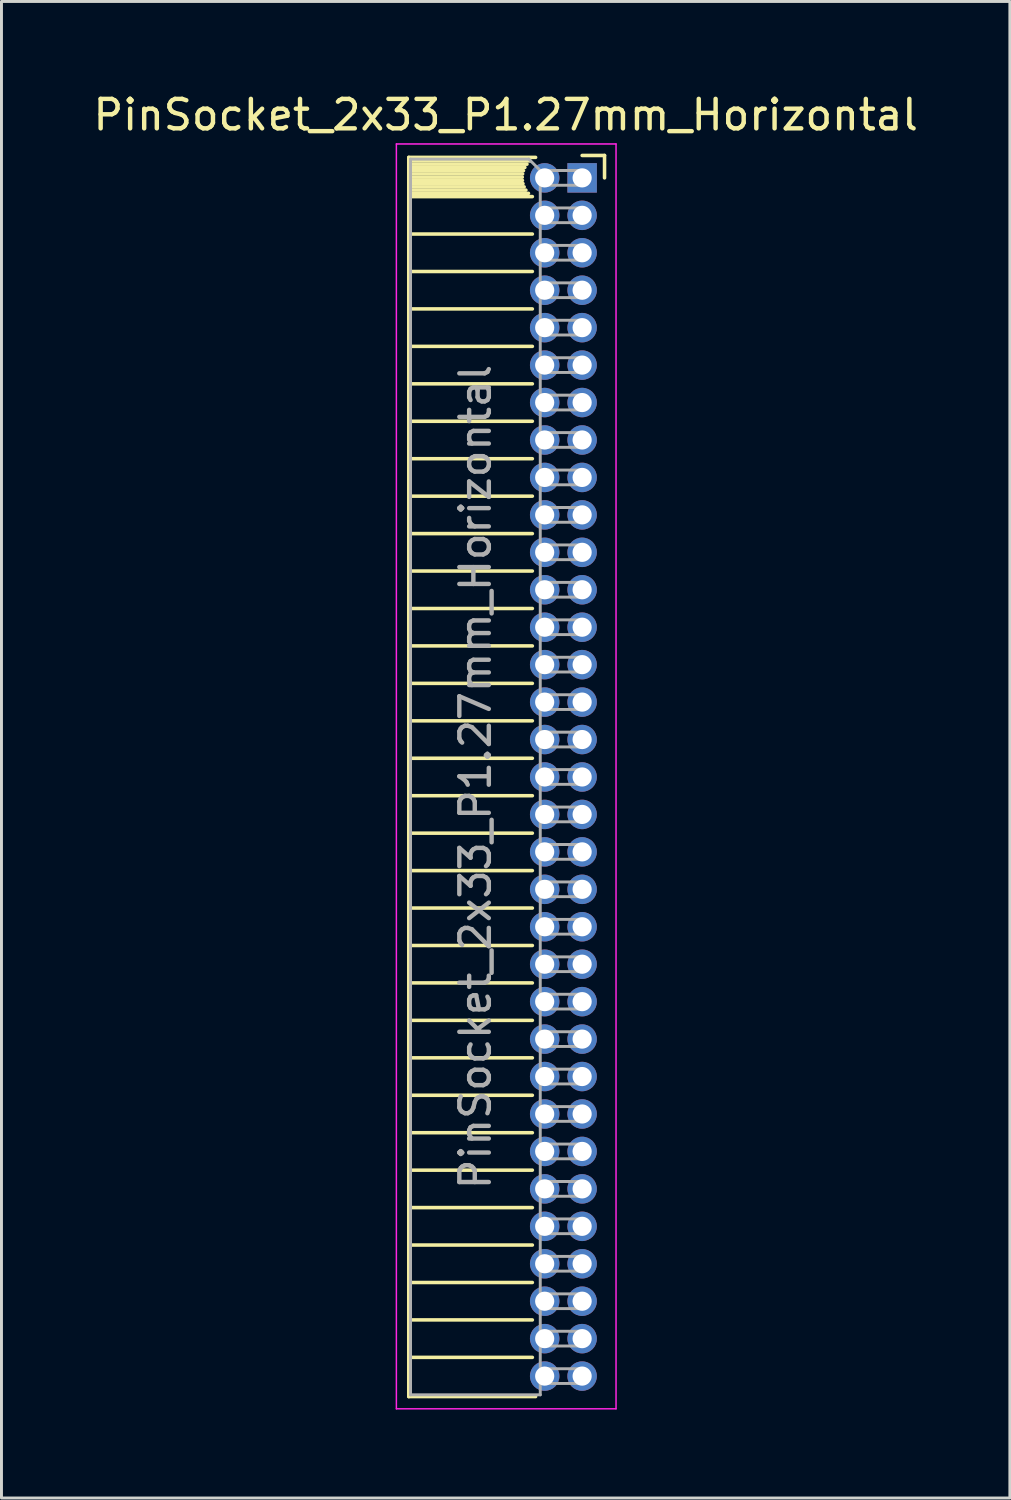
<source format=kicad_pcb>
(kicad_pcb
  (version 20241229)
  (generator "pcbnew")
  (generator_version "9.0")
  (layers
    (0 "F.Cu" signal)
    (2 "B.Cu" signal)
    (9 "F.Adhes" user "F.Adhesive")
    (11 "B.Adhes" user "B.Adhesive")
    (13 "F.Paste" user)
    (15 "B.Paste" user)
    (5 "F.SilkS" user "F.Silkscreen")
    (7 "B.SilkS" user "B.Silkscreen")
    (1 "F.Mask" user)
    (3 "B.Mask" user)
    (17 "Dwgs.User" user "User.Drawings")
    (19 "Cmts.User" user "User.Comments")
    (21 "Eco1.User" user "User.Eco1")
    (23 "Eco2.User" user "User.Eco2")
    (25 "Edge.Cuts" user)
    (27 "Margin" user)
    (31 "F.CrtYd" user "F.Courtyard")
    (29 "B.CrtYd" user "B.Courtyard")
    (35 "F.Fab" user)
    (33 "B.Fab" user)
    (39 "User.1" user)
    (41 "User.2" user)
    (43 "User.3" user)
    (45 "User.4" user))
  (footprint "PinSocket_2x33_P1.27mm_Horizontal"
    (layer "F.Cu")
    (at 16.694 2.983)
    (property "Reference" "PinSocket_2x33_P1.27mm_Horizontal" (at -2.592 -2.135 0) (layer "F.SilkS") (effects (font (size 1 1) (thickness 0.15))))
    (attr through_hole)
    (fp_line (start -5.88 -0.695) (end -5.88 41.335) (stroke (width 0.12) (type solid)) (layer "F.SilkS"))
    (fp_line (start -5.88 -0.695) (end -1.578 -0.695) (stroke (width 0.12) (type solid)) (layer "F.SilkS"))
    (fp_line (start -5.88 -0.575) (end -1.767 -0.575) (stroke (width 0.12) (type solid)) (layer "F.SilkS"))
    (fp_line (start -5.88 -0.465) (end -1.871 -0.465) (stroke (width 0.12) (type solid)) (layer "F.SilkS"))
    (fp_line (start -5.88 -0.355) (end -1.942 -0.355) (stroke (width 0.12) (type solid)) (layer "F.SilkS"))
    (fp_line (start -5.88 -0.245) (end -1.989 -0.245) (stroke (width 0.12) (type solid)) (layer "F.SilkS"))
    (fp_line (start -5.88 -0.135) (end -2.018 -0.135) (stroke (width 0.12) (type solid)) (layer "F.SilkS"))
    (fp_line (start -5.88 -0.025) (end -2.03 -0.025) (stroke (width 0.12) (type solid)) (layer "F.SilkS"))
    (fp_line (start -5.88 0.085) (end -2.025 0.085) (stroke (width 0.12) (type solid)) (layer "F.SilkS"))
    (fp_line (start -5.88 0.195) (end -2.005 0.195) (stroke (width 0.12) (type solid)) (layer "F.SilkS"))
    (fp_line (start -5.88 0.305) (end -1.966 0.305) (stroke (width 0.12) (type solid)) (layer "F.SilkS"))
    (fp_line (start -5.88 0.415) (end -1.907 0.415) (stroke (width 0.12) (type solid)) (layer "F.SilkS"))
    (fp_line (start -5.88 0.525) (end -1.82 0.525) (stroke (width 0.12) (type solid)) (layer "F.SilkS"))
    (fp_line (start -5.88 0.635) (end -1.688 0.635) (stroke (width 0.12) (type solid)) (layer "F.SilkS"))
    (fp_line (start -5.88 1.905) (end -1.688 1.905) (stroke (width 0.12) (type solid)) (layer "F.SilkS"))
    (fp_line (start -5.88 3.175) (end -1.688 3.175) (stroke (width 0.12) (type solid)) (layer "F.SilkS"))
    (fp_line (start -5.88 4.445) (end -1.688 4.445) (stroke (width 0.12) (type solid)) (layer "F.SilkS"))
    (fp_line (start -5.88 5.715) (end -1.688 5.715) (stroke (width 0.12) (type solid)) (layer "F.SilkS"))
    (fp_line (start -5.88 6.985) (end -1.688 6.985) (stroke (width 0.12) (type solid)) (layer "F.SilkS"))
    (fp_line (start -5.88 8.255) (end -1.688 8.255) (stroke (width 0.12) (type solid)) (layer "F.SilkS"))
    (fp_line (start -5.88 9.525) (end -1.688 9.525) (stroke (width 0.12) (type solid)) (layer "F.SilkS"))
    (fp_line (start -5.88 10.795) (end -1.688 10.795) (stroke (width 0.12) (type solid)) (layer "F.SilkS"))
    (fp_line (start -5.88 12.065) (end -1.688 12.065) (stroke (width 0.12) (type solid)) (layer "F.SilkS"))
    (fp_line (start -5.88 13.335) (end -1.688 13.335) (stroke (width 0.12) (type solid)) (layer "F.SilkS"))
    (fp_line (start -5.88 14.605) (end -1.688 14.605) (stroke (width 0.12) (type solid)) (layer "F.SilkS"))
    (fp_line (start -5.88 15.875) (end -1.688 15.875) (stroke (width 0.12) (type solid)) (layer "F.SilkS"))
    (fp_line (start -5.88 17.145) (end -1.688 17.145) (stroke (width 0.12) (type solid)) (layer "F.SilkS"))
    (fp_line (start -5.88 18.415) (end -1.688 18.415) (stroke (width 0.12) (type solid)) (layer "F.SilkS"))
    (fp_line (start -5.88 19.685) (end -1.688 19.685) (stroke (width 0.12) (type solid)) (layer "F.SilkS"))
    (fp_line (start -5.88 20.955) (end -1.688 20.955) (stroke (width 0.12) (type solid)) (layer "F.SilkS"))
    (fp_line (start -5.88 22.225) (end -1.688 22.225) (stroke (width 0.12) (type solid)) (layer "F.SilkS"))
    (fp_line (start -5.88 23.495) (end -1.688 23.495) (stroke (width 0.12) (type solid)) (layer "F.SilkS"))
    (fp_line (start -5.88 24.765) (end -1.688 24.765) (stroke (width 0.12) (type solid)) (layer "F.SilkS"))
    (fp_line (start -5.88 26.035) (end -1.688 26.035) (stroke (width 0.12) (type solid)) (layer "F.SilkS"))
    (fp_line (start -5.88 27.305) (end -1.688 27.305) (stroke (width 0.12) (type solid)) (layer "F.SilkS"))
    (fp_line (start -5.88 28.575) (end -1.688 28.575) (stroke (width 0.12) (type solid)) (layer "F.SilkS"))
    (fp_line (start -5.88 29.845) (end -1.688 29.845) (stroke (width 0.12) (type solid)) (layer "F.SilkS"))
    (fp_line (start -5.88 31.115) (end -1.688 31.115) (stroke (width 0.12) (type solid)) (layer "F.SilkS"))
    (fp_line (start -5.88 32.385) (end -1.688 32.385) (stroke (width 0.12) (type solid)) (layer "F.SilkS"))
    (fp_line (start -5.88 33.655) (end -1.688 33.655) (stroke (width 0.12) (type solid)) (layer "F.SilkS"))
    (fp_line (start -5.88 34.925) (end -1.688 34.925) (stroke (width 0.12) (type solid)) (layer "F.SilkS"))
    (fp_line (start -5.88 36.195) (end -1.688 36.195) (stroke (width 0.12) (type solid)) (layer "F.SilkS"))
    (fp_line (start -5.88 37.465) (end -1.688 37.465) (stroke (width 0.12) (type solid)) (layer "F.SilkS"))
    (fp_line (start -5.88 38.735) (end -1.688 38.735) (stroke (width 0.12) (type solid)) (layer "F.SilkS"))
    (fp_line (start -5.88 40.005) (end -1.688 40.005) (stroke (width 0.12) (type solid)) (layer "F.SilkS"))
    (fp_line (start -5.88 41.335) (end -1.578 41.335) (stroke (width 0.12) (type solid)) (layer "F.SilkS"))
    (fp_line (start 0 -0.76) (end 0.76 -0.76) (stroke (width 0.12) (type solid)) (layer "F.SilkS"))
    (fp_line (start 0.76 -0.76) (end 0.76 0) (stroke (width 0.12) (type solid)) (layer "F.SilkS"))
    (fp_line (start -6.3 -1.15) (end -6.3 41.75) (stroke (width 0.05) (type solid)) (layer "F.CrtYd"))
    (fp_line (start -6.3 41.75) (end 1.15 41.75) (stroke (width 0.05) (type solid)) (layer "F.CrtYd"))
    (fp_line (start 1.15 -1.15) (end -6.3 -1.15) (stroke (width 0.05) (type solid)) (layer "F.CrtYd"))
    (fp_line (start 1.15 41.75) (end 1.15 -1.15) (stroke (width 0.05) (type solid)) (layer "F.CrtYd"))
    (fp_line (start -5.82 -0.635) (end -1.805 -0.635) (stroke (width 0.1) (type solid)) (layer "F.Fab"))
    (fp_line (start -5.82 41.275) (end -5.82 -0.635) (stroke (width 0.1) (type solid)) (layer "F.Fab"))
    (fp_line (start -1.805 -0.635) (end -1.42 -0.25) (stroke (width 0.1) (type solid)) (layer "F.Fab"))
    (fp_line (start -1.42 -0.25) (end -1.42 41.275) (stroke (width 0.1) (type solid)) (layer "F.Fab"))
    (fp_line (start -1.42 0.25) (end 0 0.25) (stroke (width 0.1) (type solid)) (layer "F.Fab"))
    (fp_line (start -1.42 1.52) (end 0 1.52) (stroke (width 0.1) (type solid)) (layer "F.Fab"))
    (fp_line (start -1.42 2.79) (end 0 2.79) (stroke (width 0.1) (type solid)) (layer "F.Fab"))
    (fp_line (start -1.42 4.06) (end 0 4.06) (stroke (width 0.1) (type solid)) (layer "F.Fab"))
    (fp_line (start -1.42 5.33) (end 0 5.33) (stroke (width 0.1) (type solid)) (layer "F.Fab"))
    (fp_line (start -1.42 6.6) (end 0 6.6) (stroke (width 0.1) (type solid)) (layer "F.Fab"))
    (fp_line (start -1.42 7.87) (end 0 7.87) (stroke (width 0.1) (type solid)) (layer "F.Fab"))
    (fp_line (start -1.42 9.14) (end 0 9.14) (stroke (width 0.1) (type solid)) (layer "F.Fab"))
    (fp_line (start -1.42 10.41) (end 0 10.41) (stroke (width 0.1) (type solid)) (layer "F.Fab"))
    (fp_line (start -1.42 11.68) (end 0 11.68) (stroke (width 0.1) (type solid)) (layer "F.Fab"))
    (fp_line (start -1.42 12.95) (end 0 12.95) (stroke (width 0.1) (type solid)) (layer "F.Fab"))
    (fp_line (start -1.42 14.22) (end 0 14.22) (stroke (width 0.1) (type solid)) (layer "F.Fab"))
    (fp_line (start -1.42 15.49) (end 0 15.49) (stroke (width 0.1) (type solid)) (layer "F.Fab"))
    (fp_line (start -1.42 16.76) (end 0 16.76) (stroke (width 0.1) (type solid)) (layer "F.Fab"))
    (fp_line (start -1.42 18.03) (end 0 18.03) (stroke (width 0.1) (type solid)) (layer "F.Fab"))
    (fp_line (start -1.42 19.3) (end 0 19.3) (stroke (width 0.1) (type solid)) (layer "F.Fab"))
    (fp_line (start -1.42 20.57) (end 0 20.57) (stroke (width 0.1) (type solid)) (layer "F.Fab"))
    (fp_line (start -1.42 21.84) (end 0 21.84) (stroke (width 0.1) (type solid)) (layer "F.Fab"))
    (fp_line (start -1.42 23.11) (end 0 23.11) (stroke (width 0.1) (type solid)) (layer "F.Fab"))
    (fp_line (start -1.42 24.38) (end 0 24.38) (stroke (width 0.1) (type solid)) (layer "F.Fab"))
    (fp_line (start -1.42 25.65) (end 0 25.65) (stroke (width 0.1) (type solid)) (layer "F.Fab"))
    (fp_line (start -1.42 26.92) (end 0 26.92) (stroke (width 0.1) (type solid)) (layer "F.Fab"))
    (fp_line (start -1.42 28.19) (end 0 28.19) (stroke (width 0.1) (type solid)) (layer "F.Fab"))
    (fp_line (start -1.42 29.46) (end 0 29.46) (stroke (width 0.1) (type solid)) (layer "F.Fab"))
    (fp_line (start -1.42 30.73) (end 0 30.73) (stroke (width 0.1) (type solid)) (layer "F.Fab"))
    (fp_line (start -1.42 32) (end 0 32) (stroke (width 0.1) (type solid)) (layer "F.Fab"))
    (fp_line (start -1.42 33.27) (end 0 33.27) (stroke (width 0.1) (type solid)) (layer "F.Fab"))
    (fp_line (start -1.42 34.54) (end 0 34.54) (stroke (width 0.1) (type solid)) (layer "F.Fab"))
    (fp_line (start -1.42 35.81) (end 0 35.81) (stroke (width 0.1) (type solid)) (layer "F.Fab"))
    (fp_line (start -1.42 37.08) (end 0 37.08) (stroke (width 0.1) (type solid)) (layer "F.Fab"))
    (fp_line (start -1.42 38.35) (end 0 38.35) (stroke (width 0.1) (type solid)) (layer "F.Fab"))
    (fp_line (start -1.42 39.62) (end 0 39.62) (stroke (width 0.1) (type solid)) (layer "F.Fab"))
    (fp_line (start -1.42 40.89) (end 0 40.89) (stroke (width 0.1) (type solid)) (layer "F.Fab"))
    (fp_line (start -1.42 41.275) (end -5.82 41.275) (stroke (width 0.1) (type solid)) (layer "F.Fab"))
    (fp_line (start 0 -0.25) (end -1.42 -0.25) (stroke (width 0.1) (type solid)) (layer "F.Fab"))
    (fp_line (start 0 0.25) (end 0 -0.25) (stroke (width 0.1) (type solid)) (layer "F.Fab"))
    (fp_line (start 0 1.02) (end -1.42 1.02) (stroke (width 0.1) (type solid)) (layer "F.Fab"))
    (fp_line (start 0 1.52) (end 0 1.02) (stroke (width 0.1) (type solid)) (layer "F.Fab"))
    (fp_line (start 0 2.29) (end -1.42 2.29) (stroke (width 0.1) (type solid)) (layer "F.Fab"))
    (fp_line (start 0 2.79) (end 0 2.29) (stroke (width 0.1) (type solid)) (layer "F.Fab"))
    (fp_line (start 0 3.56) (end -1.42 3.56) (stroke (width 0.1) (type solid)) (layer "F.Fab"))
    (fp_line (start 0 4.06) (end 0 3.56) (stroke (width 0.1) (type solid)) (layer "F.Fab"))
    (fp_line (start 0 4.83) (end -1.42 4.83) (stroke (width 0.1) (type solid)) (layer "F.Fab"))
    (fp_line (start 0 5.33) (end 0 4.83) (stroke (width 0.1) (type solid)) (layer "F.Fab"))
    (fp_line (start 0 6.1) (end -1.42 6.1) (stroke (width 0.1) (type solid)) (layer "F.Fab"))
    (fp_line (start 0 6.6) (end 0 6.1) (stroke (width 0.1) (type solid)) (layer "F.Fab"))
    (fp_line (start 0 7.37) (end -1.42 7.37) (stroke (width 0.1) (type solid)) (layer "F.Fab"))
    (fp_line (start 0 7.87) (end 0 7.37) (stroke (width 0.1) (type solid)) (layer "F.Fab"))
    (fp_line (start 0 8.64) (end -1.42 8.64) (stroke (width 0.1) (type solid)) (layer "F.Fab"))
    (fp_line (start 0 9.14) (end 0 8.64) (stroke (width 0.1) (type solid)) (layer "F.Fab"))
    (fp_line (start 0 9.91) (end -1.42 9.91) (stroke (width 0.1) (type solid)) (layer "F.Fab"))
    (fp_line (start 0 10.41) (end 0 9.91) (stroke (width 0.1) (type solid)) (layer "F.Fab"))
    (fp_line (start 0 11.18) (end -1.42 11.18) (stroke (width 0.1) (type solid)) (layer "F.Fab"))
    (fp_line (start 0 11.68) (end 0 11.18) (stroke (width 0.1) (type solid)) (layer "F.Fab"))
    (fp_line (start 0 12.45) (end -1.42 12.45) (stroke (width 0.1) (type solid)) (layer "F.Fab"))
    (fp_line (start 0 12.95) (end 0 12.45) (stroke (width 0.1) (type solid)) (layer "F.Fab"))
    (fp_line (start 0 13.72) (end -1.42 13.72) (stroke (width 0.1) (type solid)) (layer "F.Fab"))
    (fp_line (start 0 14.22) (end 0 13.72) (stroke (width 0.1) (type solid)) (layer "F.Fab"))
    (fp_line (start 0 14.99) (end -1.42 14.99) (stroke (width 0.1) (type solid)) (layer "F.Fab"))
    (fp_line (start 0 15.49) (end 0 14.99) (stroke (width 0.1) (type solid)) (layer "F.Fab"))
    (fp_line (start 0 16.26) (end -1.42 16.26) (stroke (width 0.1) (type solid)) (layer "F.Fab"))
    (fp_line (start 0 16.76) (end 0 16.26) (stroke (width 0.1) (type solid)) (layer "F.Fab"))
    (fp_line (start 0 17.53) (end -1.42 17.53) (stroke (width 0.1) (type solid)) (layer "F.Fab"))
    (fp_line (start 0 18.03) (end 0 17.53) (stroke (width 0.1) (type solid)) (layer "F.Fab"))
    (fp_line (start 0 18.8) (end -1.42 18.8) (stroke (width 0.1) (type solid)) (layer "F.Fab"))
    (fp_line (start 0 19.3) (end 0 18.8) (stroke (width 0.1) (type solid)) (layer "F.Fab"))
    (fp_line (start 0 20.07) (end -1.42 20.07) (stroke (width 0.1) (type solid)) (layer "F.Fab"))
    (fp_line (start 0 20.57) (end 0 20.07) (stroke (width 0.1) (type solid)) (layer "F.Fab"))
    (fp_line (start 0 21.34) (end -1.42 21.34) (stroke (width 0.1) (type solid)) (layer "F.Fab"))
    (fp_line (start 0 21.84) (end 0 21.34) (stroke (width 0.1) (type solid)) (layer "F.Fab"))
    (fp_line (start 0 22.61) (end -1.42 22.61) (stroke (width 0.1) (type solid)) (layer "F.Fab"))
    (fp_line (start 0 23.11) (end 0 22.61) (stroke (width 0.1) (type solid)) (layer "F.Fab"))
    (fp_line (start 0 23.88) (end -1.42 23.88) (stroke (width 0.1) (type solid)) (layer "F.Fab"))
    (fp_line (start 0 24.38) (end 0 23.88) (stroke (width 0.1) (type solid)) (layer "F.Fab"))
    (fp_line (start 0 25.15) (end -1.42 25.15) (stroke (width 0.1) (type solid)) (layer "F.Fab"))
    (fp_line (start 0 25.65) (end 0 25.15) (stroke (width 0.1) (type solid)) (layer "F.Fab"))
    (fp_line (start 0 26.42) (end -1.42 26.42) (stroke (width 0.1) (type solid)) (layer "F.Fab"))
    (fp_line (start 0 26.92) (end 0 26.42) (stroke (width 0.1) (type solid)) (layer "F.Fab"))
    (fp_line (start 0 27.69) (end -1.42 27.69) (stroke (width 0.1) (type solid)) (layer "F.Fab"))
    (fp_line (start 0 28.19) (end 0 27.69) (stroke (width 0.1) (type solid)) (layer "F.Fab"))
    (fp_line (start 0 28.96) (end -1.42 28.96) (stroke (width 0.1) (type solid)) (layer "F.Fab"))
    (fp_line (start 0 29.46) (end 0 28.96) (stroke (width 0.1) (type solid)) (layer "F.Fab"))
    (fp_line (start 0 30.23) (end -1.42 30.23) (stroke (width 0.1) (type solid)) (layer "F.Fab"))
    (fp_line (start 0 30.73) (end 0 30.23) (stroke (width 0.1) (type solid)) (layer "F.Fab"))
    (fp_line (start 0 31.5) (end -1.42 31.5) (stroke (width 0.1) (type solid)) (layer "F.Fab"))
    (fp_line (start 0 32) (end 0 31.5) (stroke (width 0.1) (type solid)) (layer "F.Fab"))
    (fp_line (start 0 32.77) (end -1.42 32.77) (stroke (width 0.1) (type solid)) (layer "F.Fab"))
    (fp_line (start 0 33.27) (end 0 32.77) (stroke (width 0.1) (type solid)) (layer "F.Fab"))
    (fp_line (start 0 34.04) (end -1.42 34.04) (stroke (width 0.1) (type solid)) (layer "F.Fab"))
    (fp_line (start 0 34.54) (end 0 34.04) (stroke (width 0.1) (type solid)) (layer "F.Fab"))
    (fp_line (start 0 35.31) (end -1.42 35.31) (stroke (width 0.1) (type solid)) (layer "F.Fab"))
    (fp_line (start 0 35.81) (end 0 35.31) (stroke (width 0.1) (type solid)) (layer "F.Fab"))
    (fp_line (start 0 36.58) (end -1.42 36.58) (stroke (width 0.1) (type solid)) (layer "F.Fab"))
    (fp_line (start 0 37.08) (end 0 36.58) (stroke (width 0.1) (type solid)) (layer "F.Fab"))
    (fp_line (start 0 37.85) (end -1.42 37.85) (stroke (width 0.1) (type solid)) (layer "F.Fab"))
    (fp_line (start 0 38.35) (end 0 37.85) (stroke (width 0.1) (type solid)) (layer "F.Fab"))
    (fp_line (start 0 39.12) (end -1.42 39.12) (stroke (width 0.1) (type solid)) (layer "F.Fab"))
    (fp_line (start 0 39.62) (end 0 39.12) (stroke (width 0.1) (type solid)) (layer "F.Fab"))
    (fp_line (start 0 40.39) (end -1.42 40.39) (stroke (width 0.1) (type solid)) (layer "F.Fab"))
    (fp_line (start 0 40.89) (end 0 40.39) (stroke (width 0.1) (type solid)) (layer "F.Fab"))
    (fp_text user "${REFERENCE}" (at -3.62 20.32 90) (layer "F.Fab") (effects (font (size 1 1) (thickness 0.15))))
    (pad "1" thru_hole rect (at 0 0) (size 1 1) (drill 0.65) (layers "*.Cu" "*.Mask"))
    (pad "2" thru_hole circle (at -1.27 0) (size 1 1) (drill 0.65) (layers "*.Cu" "*.Mask"))
    (pad "3" thru_hole circle (at 0 1.27) (size 1 1) (drill 0.65) (layers "*.Cu" "*.Mask"))
    (pad "4" thru_hole circle (at -1.27 1.27) (size 1 1) (drill 0.65) (layers "*.Cu" "*.Mask"))
    (pad "5" thru_hole circle (at 0 2.54) (size 1 1) (drill 0.65) (layers "*.Cu" "*.Mask"))
    (pad "6" thru_hole circle (at -1.27 2.54) (size 1 1) (drill 0.65) (layers "*.Cu" "*.Mask"))
    (pad "7" thru_hole circle (at 0 3.81) (size 1 1) (drill 0.65) (layers "*.Cu" "*.Mask"))
    (pad "8" thru_hole circle (at -1.27 3.81) (size 1 1) (drill 0.65) (layers "*.Cu" "*.Mask"))
    (pad "9" thru_hole circle (at 0 5.08) (size 1 1) (drill 0.65) (layers "*.Cu" "*.Mask"))
    (pad "10" thru_hole circle (at -1.27 5.08) (size 1 1) (drill 0.65) (layers "*.Cu" "*.Mask"))
    (pad "11" thru_hole circle (at 0 6.35) (size 1 1) (drill 0.65) (layers "*.Cu" "*.Mask"))
    (pad "12" thru_hole circle (at -1.27 6.35) (size 1 1) (drill 0.65) (layers "*.Cu" "*.Mask"))
    (pad "13" thru_hole circle (at 0 7.62) (size 1 1) (drill 0.65) (layers "*.Cu" "*.Mask"))
    (pad "14" thru_hole circle (at -1.27 7.62) (size 1 1) (drill 0.65) (layers "*.Cu" "*.Mask"))
    (pad "15" thru_hole circle (at 0 8.89) (size 1 1) (drill 0.65) (layers "*.Cu" "*.Mask"))
    (pad "16" thru_hole circle (at -1.27 8.89) (size 1 1) (drill 0.65) (layers "*.Cu" "*.Mask"))
    (pad "17" thru_hole circle (at 0 10.16) (size 1 1) (drill 0.65) (layers "*.Cu" "*.Mask"))
    (pad "18" thru_hole circle (at -1.27 10.16) (size 1 1) (drill 0.65) (layers "*.Cu" "*.Mask"))
    (pad "19" thru_hole circle (at 0 11.43) (size 1 1) (drill 0.65) (layers "*.Cu" "*.Mask"))
    (pad "20" thru_hole circle (at -1.27 11.43) (size 1 1) (drill 0.65) (layers "*.Cu" "*.Mask"))
    (pad "21" thru_hole circle (at 0 12.7) (size 1 1) (drill 0.65) (layers "*.Cu" "*.Mask"))
    (pad "22" thru_hole circle (at -1.27 12.7) (size 1 1) (drill 0.65) (layers "*.Cu" "*.Mask"))
    (pad "23" thru_hole circle (at 0 13.97) (size 1 1) (drill 0.65) (layers "*.Cu" "*.Mask"))
    (pad "24" thru_hole circle (at -1.27 13.97) (size 1 1) (drill 0.65) (layers "*.Cu" "*.Mask"))
    (pad "25" thru_hole circle (at 0 15.24) (size 1 1) (drill 0.65) (layers "*.Cu" "*.Mask"))
    (pad "26" thru_hole circle (at -1.27 15.24) (size 1 1) (drill 0.65) (layers "*.Cu" "*.Mask"))
    (pad "27" thru_hole circle (at 0 16.51) (size 1 1) (drill 0.65) (layers "*.Cu" "*.Mask"))
    (pad "28" thru_hole circle (at -1.27 16.51) (size 1 1) (drill 0.65) (layers "*.Cu" "*.Mask"))
    (pad "29" thru_hole circle (at 0 17.78) (size 1 1) (drill 0.65) (layers "*.Cu" "*.Mask"))
    (pad "30" thru_hole circle (at -1.27 17.78) (size 1 1) (drill 0.65) (layers "*.Cu" "*.Mask"))
    (pad "31" thru_hole circle (at 0 19.05) (size 1 1) (drill 0.65) (layers "*.Cu" "*.Mask"))
    (pad "32" thru_hole circle (at -1.27 19.05) (size 1 1) (drill 0.65) (layers "*.Cu" "*.Mask"))
    (pad "33" thru_hole circle (at 0 20.32) (size 1 1) (drill 0.65) (layers "*.Cu" "*.Mask"))
    (pad "34" thru_hole circle (at -1.27 20.32) (size 1 1) (drill 0.65) (layers "*.Cu" "*.Mask"))
    (pad "35" thru_hole circle (at 0 21.59) (size 1 1) (drill 0.65) (layers "*.Cu" "*.Mask"))
    (pad "36" thru_hole circle (at -1.27 21.59) (size 1 1) (drill 0.65) (layers "*.Cu" "*.Mask"))
    (pad "37" thru_hole circle (at 0 22.86) (size 1 1) (drill 0.65) (layers "*.Cu" "*.Mask"))
    (pad "38" thru_hole circle (at -1.27 22.86) (size 1 1) (drill 0.65) (layers "*.Cu" "*.Mask"))
    (pad "39" thru_hole circle (at 0 24.13) (size 1 1) (drill 0.65) (layers "*.Cu" "*.Mask"))
    (pad "40" thru_hole circle (at -1.27 24.13) (size 1 1) (drill 0.65) (layers "*.Cu" "*.Mask"))
    (pad "41" thru_hole circle (at 0 25.4) (size 1 1) (drill 0.65) (layers "*.Cu" "*.Mask"))
    (pad "42" thru_hole circle (at -1.27 25.4) (size 1 1) (drill 0.65) (layers "*.Cu" "*.Mask"))
    (pad "43" thru_hole circle (at 0 26.67) (size 1 1) (drill 0.65) (layers "*.Cu" "*.Mask"))
    (pad "44" thru_hole circle (at -1.27 26.67) (size 1 1) (drill 0.65) (layers "*.Cu" "*.Mask"))
    (pad "45" thru_hole circle (at 0 27.94) (size 1 1) (drill 0.65) (layers "*.Cu" "*.Mask"))
    (pad "46" thru_hole circle (at -1.27 27.94) (size 1 1) (drill 0.65) (layers "*.Cu" "*.Mask"))
    (pad "47" thru_hole circle (at 0 29.21) (size 1 1) (drill 0.65) (layers "*.Cu" "*.Mask"))
    (pad "48" thru_hole circle (at -1.27 29.21) (size 1 1) (drill 0.65) (layers "*.Cu" "*.Mask"))
    (pad "49" thru_hole circle (at 0 30.48) (size 1 1) (drill 0.65) (layers "*.Cu" "*.Mask"))
    (pad "50" thru_hole circle (at -1.27 30.48) (size 1 1) (drill 0.65) (layers "*.Cu" "*.Mask"))
    (pad "51" thru_hole circle (at 0 31.75) (size 1 1) (drill 0.65) (layers "*.Cu" "*.Mask"))
    (pad "52" thru_hole circle (at -1.27 31.75) (size 1 1) (drill 0.65) (layers "*.Cu" "*.Mask"))
    (pad "53" thru_hole circle (at 0 33.02) (size 1 1) (drill 0.65) (layers "*.Cu" "*.Mask"))
    (pad "54" thru_hole circle (at -1.27 33.02) (size 1 1) (drill 0.65) (layers "*.Cu" "*.Mask"))
    (pad "55" thru_hole circle (at 0 34.29) (size 1 1) (drill 0.65) (layers "*.Cu" "*.Mask"))
    (pad "56" thru_hole circle (at -1.27 34.29) (size 1 1) (drill 0.65) (layers "*.Cu" "*.Mask"))
    (pad "57" thru_hole circle (at 0 35.56) (size 1 1) (drill 0.65) (layers "*.Cu" "*.Mask"))
    (pad "58" thru_hole circle (at -1.27 35.56) (size 1 1) (drill 0.65) (layers "*.Cu" "*.Mask"))
    (pad "59" thru_hole circle (at 0 36.83) (size 1 1) (drill 0.65) (layers "*.Cu" "*.Mask"))
    (pad "60" thru_hole circle (at -1.27 36.83) (size 1 1) (drill 0.65) (layers "*.Cu" "*.Mask"))
    (pad "61" thru_hole circle (at 0 38.1) (size 1 1) (drill 0.65) (layers "*.Cu" "*.Mask"))
    (pad "62" thru_hole circle (at -1.27 38.1) (size 1 1) (drill 0.65) (layers "*.Cu" "*.Mask"))
    (pad "63" thru_hole circle (at 0 39.37) (size 1 1) (drill 0.65) (layers "*.Cu" "*.Mask"))
    (pad "64" thru_hole circle (at -1.27 39.37) (size 1 1) (drill 0.65) (layers "*.Cu" "*.Mask"))
    (pad "65" thru_hole circle (at 0 40.64) (size 1 1) (drill 0.65) (layers "*.Cu" "*.Mask"))
    (pad "66" thru_hole circle (at -1.27 40.64) (size 1 1) (drill 0.65) (layers "*.Cu" "*.Mask")))
  (gr_rect
    (start -3 -3)
    (end 31.202 47.758)
    (stroke (width 0.1) (type default))
    (fill no)
    (layer "Edge.Cuts")))
</source>
